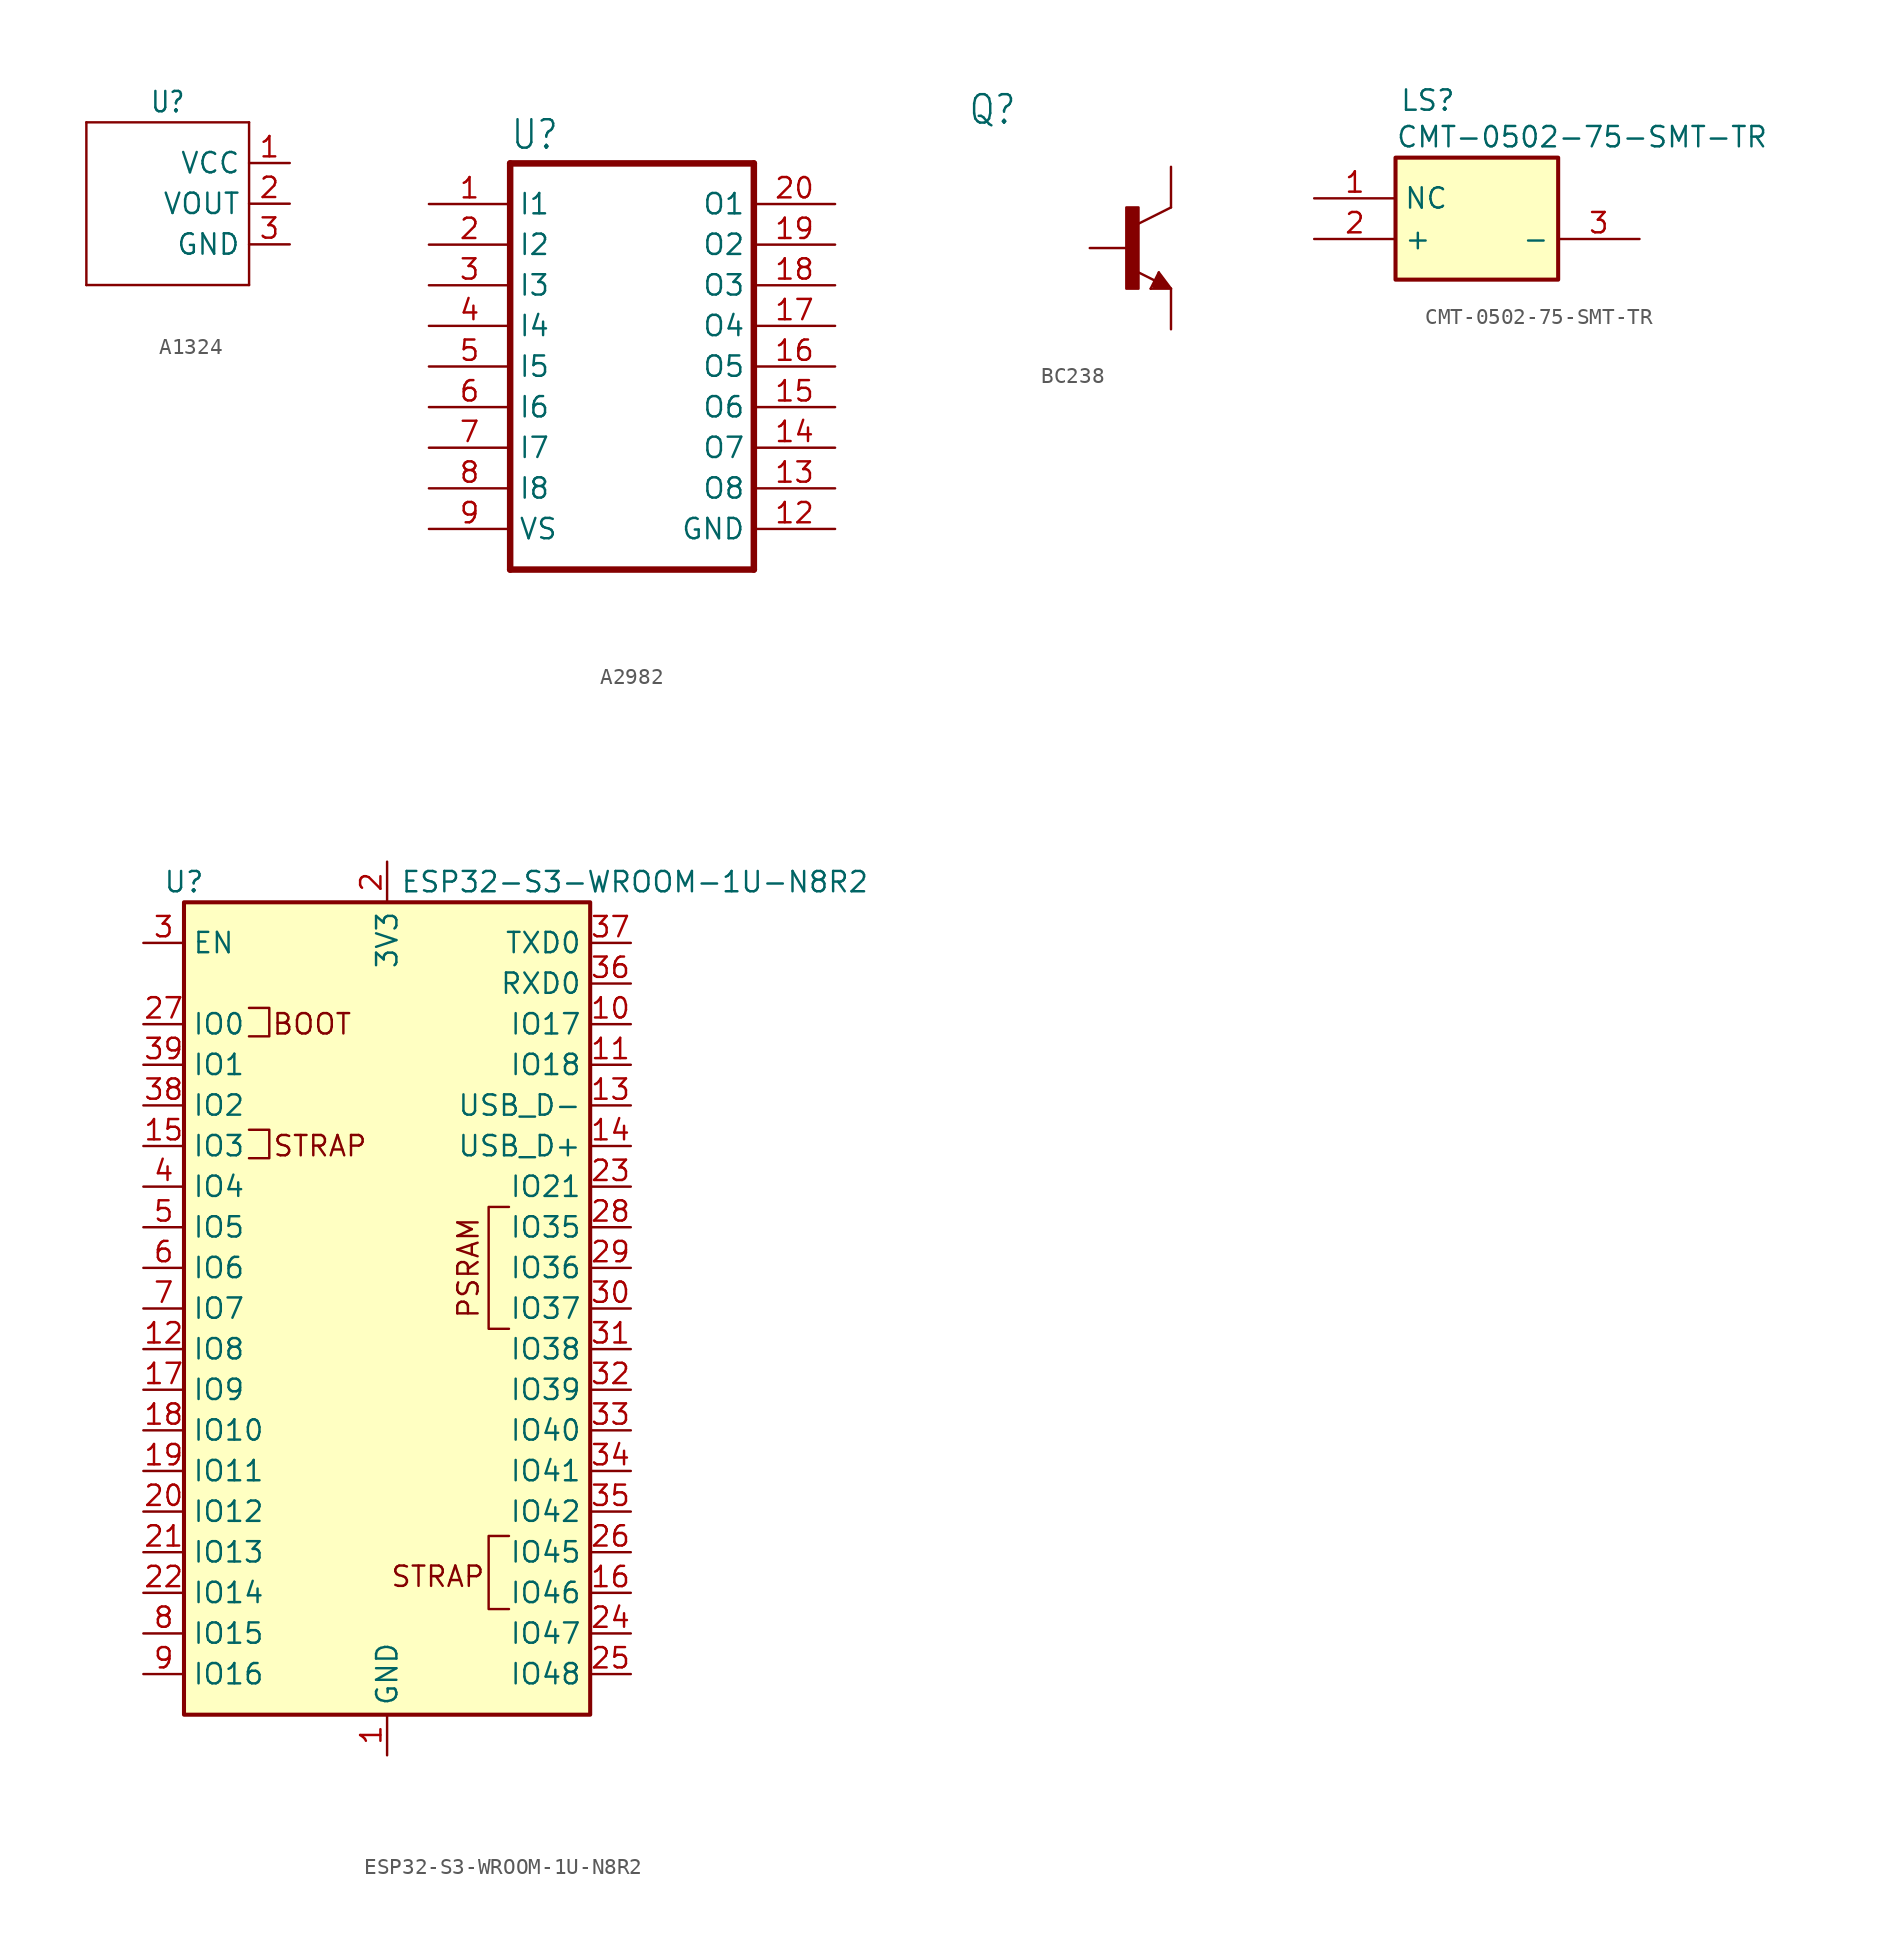
<source format=kicad_sym>
(kicad_symbol_lib
  (version 20241209)
  (generator "kicad_symbol_editor")
  (generator_version "9.0")
  (symbol "A1324"
    (property "Reference" "U"
      (at 0 6.352 0)
      (effects (font (size 1.27 1.08))))
    (property "Value" ""
      (at 0 -6.362 0)
      (effects (font (size 1.272 1.081))))
    (symbol "A1324_1_0"
      (polyline (pts (xy -5.08 5.08) (xy -5.08 -5.08)) (stroke (width 0.152) (type solid)) (fill (type none)))
      (polyline (pts (xy -5.08 -5.08) (xy 5.08 -5.08)) (stroke (width 0.152) (type solid)) (fill (type none)))
      (polyline (pts (xy 5.08 5.08) (xy -5.08 5.08)) (stroke (width 0.152) (type solid)) (fill (type none)))
      (polyline (pts (xy 5.08 -5.08) (xy 5.08 5.08)) (stroke (width 0.152) (type solid)) (fill (type none)))
      (pin power_in line (at 7.62 2.54 180) (length 2.54) (name "VCC" (effects (font (size 1.27 1.27)))) (number "1" (effects (font (size 1.27 1.27)))))
      (pin output line (at 7.62 0 180) (length 2.54) (name "VOUT" (effects (font (size 1.27 1.27)))) (number "2" (effects (font (size 1.27 1.27)))))
      (pin passive line (at 7.62 -2.54 180) (length 2.54) (name "GND" (effects (font (size 1.27 1.27)))) (number "3" (effects (font (size 1.27 1.27)))))))
  (symbol "A2982"
    (property "Reference" "U"
      (at -7.62 13.462 0)
      (effects (font (size 1.778 1.511)) (justify left bottom)))
    (property "Value" ""
      (at -7.62 -15.24 0)
      (effects (font (size 1.778 1.511)) (justify left bottom)))
    (property "ki_locked" ""
      (at 0 0 0)
      (effects (font (size 1.27 1.27))))
    (symbol "A2982_1_0"
      (polyline (pts (xy -7.62 12.7) (xy -7.62 -12.7)) (stroke (width 0.406) (type solid)) (fill (type none)))
      (polyline (pts (xy -7.62 12.7) (xy 7.62 12.7)) (stroke (width 0.406) (type solid)) (fill (type none)))
      (polyline (pts (xy 7.62 -12.7) (xy -7.62 -12.7)) (stroke (width 0.406) (type solid)) (fill (type none)))
      (polyline (pts (xy 7.62 -12.7) (xy 7.62 12.7)) (stroke (width 0.406) (type solid)) (fill (type none)))
      (pin input line (at -12.7 10.16 0) (length 5.08) (name "I1" (effects (font (size 1.27 1.27)))) (number "1" (effects (font (size 1.27 1.27)))))
      (pin input line (at -12.7 7.62 0) (length 5.08) (name "I2" (effects (font (size 1.27 1.27)))) (number "2" (effects (font (size 1.27 1.27)))))
      (pin input line (at -12.7 5.08 0) (length 5.08) (name "I3" (effects (font (size 1.27 1.27)))) (number "3" (effects (font (size 1.27 1.27)))))
      (pin input line (at -12.7 2.54 0) (length 5.08) (name "I4" (effects (font (size 1.27 1.27)))) (number "4" (effects (font (size 1.27 1.27)))))
      (pin input line (at -12.7 0 0) (length 5.08) (name "I5" (effects (font (size 1.27 1.27)))) (number "5" (effects (font (size 1.27 1.27)))))
      (pin input line (at -12.7 -2.54 0) (length 5.08) (name "I6" (effects (font (size 1.27 1.27)))) (number "6" (effects (font (size 1.27 1.27)))))
      (pin input line (at -12.7 -5.08 0) (length 5.08) (name "I7" (effects (font (size 1.27 1.27)))) (number "7" (effects (font (size 1.27 1.27)))))
      (pin input line (at -12.7 -7.62 0) (length 5.08) (name "I8" (effects (font (size 1.27 1.27)))) (number "8" (effects (font (size 1.27 1.27)))))
      (pin passive line (at -12.7 -10.16 0) (length 5.08) (name "VS" (effects (font (size 1.27 1.27)))) (number "9" (effects (font (size 1.27 1.27)))))
      (pin open_collector line (at 12.7 10.16 180) (length 5.08) (name "O1" (effects (font (size 1.27 1.27)))) (number "20" (effects (font (size 1.27 1.27)))))
      (pin open_collector line (at 12.7 7.62 180) (length 5.08) (name "O2" (effects (font (size 1.27 1.27)))) (number "19" (effects (font (size 1.27 1.27)))))
      (pin open_collector line (at 12.7 5.08 180) (length 5.08) (name "O3" (effects (font (size 1.27 1.27)))) (number "18" (effects (font (size 1.27 1.27)))))
      (pin open_collector line (at 12.7 2.54 180) (length 5.08) (name "O4" (effects (font (size 1.27 1.27)))) (number "17" (effects (font (size 1.27 1.27)))))
      (pin open_collector line (at 12.7 0 180) (length 5.08) (name "O5" (effects (font (size 1.27 1.27)))) (number "16" (effects (font (size 1.27 1.27)))))
      (pin open_collector line (at 12.7 -2.54 180) (length 5.08) (name "O6" (effects (font (size 1.27 1.27)))) (number "15" (effects (font (size 1.27 1.27)))))
      (pin open_collector line (at 12.7 -5.08 180) (length 5.08) (name "O7" (effects (font (size 1.27 1.27)))) (number "14" (effects (font (size 1.27 1.27)))))
      (pin open_collector line (at 12.7 -7.62 180) (length 5.08) (name "O8" (effects (font (size 1.27 1.27)))) (number "13" (effects (font (size 1.27 1.27)))))
      (pin power_in line (at 12.7 -10.16 180) (length 5.08) (name "GND" (effects (font (size 1.27 1.27)))) (number "12" (effects (font (size 1.27 1.27)))))))
  (symbol "BC238"
    (property "Reference" "Q"
      (at -10.16 7.62 0)
      (effects (font (size 1.778 1.511)) (justify left bottom)))
    (property "Value" ""
      (at -10.16 5.08 0)
      (effects (font (size 1.778 1.511)) (justify left bottom)))
    (property "ki_locked" ""
      (at 0 0 0)
      (effects (font (size 1.27 1.27))))
    (symbol "BC238_1_0"
      (rectangle (start -0.254 -2.54) (end 0.508 2.54) (stroke (width 0) (type default)) (fill (type outline)))
      (polyline (pts (xy 1.27 -2.54) (xy 1.778 -1.524)) (stroke (width 0.152) (type solid)) (fill (type none)))
      (polyline (pts (xy 1.524 -2.286) (xy 1.905 -2.286)) (stroke (width 0.254) (type solid)) (fill (type none)))
      (polyline (pts (xy 1.524 -2.413) (xy 2.286 -2.413)) (stroke (width 0.254) (type solid)) (fill (type none)))
      (polyline (pts (xy 1.54 -2.04) (xy 0.308 -1.424)) (stroke (width 0.152) (type solid)) (fill (type none)))
      (polyline (pts (xy 1.778 -1.524) (xy 2.54 -2.54)) (stroke (width 0.152) (type solid)) (fill (type none)))
      (polyline (pts (xy 1.778 -1.778) (xy 1.524 -2.286)) (stroke (width 0.254) (type solid)) (fill (type none)))
      (polyline (pts (xy 1.905 -2.286) (xy 1.778 -2.032)) (stroke (width 0.254) (type solid)) (fill (type none)))
      (polyline (pts (xy 2.286 -2.413) (xy 1.778 -1.778)) (stroke (width 0.254) (type solid)) (fill (type none)))
      (polyline (pts (xy 2.54 2.54) (xy 0.508 1.524)) (stroke (width 0.152) (type solid)) (fill (type none)))
      (polyline (pts (xy 2.54 -2.54) (xy 1.27 -2.54)) (stroke (width 0.152) (type solid)) (fill (type none)))
      (pin passive line (at -2.54 0 0) (length 2.54) (name "B" (effects (font (size 0 0)))) (number "2" (effects (font (size 0 0)))))
      (pin passive line (at 2.54 5.08 270) (length 2.54) (name "C" (effects (font (size 0 0)))) (number "3" (effects (font (size 0 0)))))
      (pin passive line (at 2.54 -5.08 90) (length 2.54) (name "E" (effects (font (size 0 0)))) (number "1" (effects (font (size 0 0)))))))
  (symbol "CMT-0502-75-SMT-TR"
    (property "Reference" "LS"
      (at 5.334 6.858 0)
      (effects (font (size 1.27 1.27)) (justify left top)))
    (property "Value" "CMT-0502-75-SMT-TR"
      (at 5.08 4.572 0)
      (effects (font (size 1.27 1.27)) (justify left top)))
    (symbol "CMT-0502-75-SMT-TR_1_1"
      (rectangle (start 5.08 2.54) (end 15.24 -5.08) (stroke (width 0.254) (type default)) (fill (type background)))
      (pin passive line (at 0 0 0) (length 5.08) (name "NC" (effects (font (size 1.27 1.27)))) (number "1" (effects (font (size 1.27 1.27)))))
      (pin passive line (at 0 -2.54 0) (length 5.08) (name "+" (effects (font (size 1.27 1.27)))) (number "2" (effects (font (size 1.27 1.27)))))
      (pin passive line (at 20.32 -2.54 180) (length 5.08) (name "-" (effects (font (size 1.27 1.27)))) (number "3" (effects (font (size 1.27 1.27)))))))
  (symbol "ESP32-S3-WROOM-1U-N8R2"
    (property "Reference" "U"
      (at -12.7 26.67 0)
      (effects (font (size 1.27 1.27))))
    (property "Value" "ESP32-S3-WROOM-1U-N8R2"
      (at 15.494 26.67 0)
      (effects (font (size 1.27 1.27))))
    (symbol "ESP32-S3-WROOM-1U-N8R2_0_0"
      (rectangle (start -12.7 25.4) (end 12.7 -25.4) (stroke (width 0.254) (type default)) (fill (type background)))
      (text "PSRAM" (at 5.08 2.54 900) (effects (font (size 1.27 1.27)))))
    (symbol "ESP32-S3-WROOM-1U-N8R2_0_1"
      (polyline (pts (xy -8.636 17.018) (xy -7.366 17.018) (xy -7.366 18.796) (xy -8.636 18.796)) (stroke (width 0) (type default)) (fill (type none)))
      (polyline (pts (xy -8.636 9.398) (xy -7.366 9.398) (xy -7.366 11.176) (xy -8.636 11.176)) (stroke (width 0) (type default)) (fill (type none)))
      (polyline (pts (xy 7.62 -1.27) (xy 6.35 -1.27) (xy 6.35 6.35) (xy 7.62 6.35)) (stroke (width 0) (type default)) (fill (type none)))
      (polyline (pts (xy 7.62 -18.796) (xy 6.35 -18.796) (xy 6.35 -14.224) (xy 7.62 -14.224)) (stroke (width 0) (type default)) (fill (type none))))
    (symbol "ESP32-S3-WROOM-1U-N8R2_1_1"
      (text "BOOT" (at -4.699 17.78 0) (effects (font (size 1.27 1.27))))
      (text "STRAP" (at -4.191 10.16 0) (effects (font (size 1.27 1.27))))
      (text "STRAP" (at 3.175 -16.764 0) (effects (font (size 1.27 1.27))))
      (pin input line (at -15.24 22.86 0) (length 2.54) (name "EN" (effects (font (size 1.27 1.27)))) (number "3" (effects (font (size 1.27 1.27)))))
      (pin bidirectional line (at -15.24 17.78 0) (length 2.54) (name "IO0" (effects (font (size 1.27 1.27)))) (number "27" (effects (font (size 1.27 1.27)))))
      (pin bidirectional line (at -15.24 15.24 0) (length 2.54) (name "IO1" (effects (font (size 1.27 1.27)))) (number "39" (effects (font (size 1.27 1.27)))))
      (pin bidirectional line (at -15.24 12.7 0) (length 2.54) (name "IO2" (effects (font (size 1.27 1.27)))) (number "38" (effects (font (size 1.27 1.27)))))
      (pin bidirectional line (at -15.24 10.16 0) (length 2.54) (name "IO3" (effects (font (size 1.27 1.27)))) (number "15" (effects (font (size 1.27 1.27)))))
      (pin bidirectional line (at -15.24 7.62 0) (length 2.54) (name "IO4" (effects (font (size 1.27 1.27)))) (number "4" (effects (font (size 1.27 1.27)))))
      (pin bidirectional line (at -15.24 5.08 0) (length 2.54) (name "IO5" (effects (font (size 1.27 1.27)))) (number "5" (effects (font (size 1.27 1.27)))))
      (pin bidirectional line (at -15.24 2.54 0) (length 2.54) (name "IO6" (effects (font (size 1.27 1.27)))) (number "6" (effects (font (size 1.27 1.27)))))
      (pin bidirectional line (at -15.24 0 0) (length 2.54) (name "IO7" (effects (font (size 1.27 1.27)))) (number "7" (effects (font (size 1.27 1.27)))))
      (pin bidirectional line (at -15.24 -2.54 0) (length 2.54) (name "IO8" (effects (font (size 1.27 1.27)))) (number "12" (effects (font (size 1.27 1.27)))))
      (pin bidirectional line (at -15.24 -5.08 0) (length 2.54) (name "IO9" (effects (font (size 1.27 1.27)))) (number "17" (effects (font (size 1.27 1.27)))))
      (pin bidirectional line (at -15.24 -7.62 0) (length 2.54) (name "IO10" (effects (font (size 1.27 1.27)))) (number "18" (effects (font (size 1.27 1.27)))))
      (pin bidirectional line (at -15.24 -10.16 0) (length 2.54) (name "IO11" (effects (font (size 1.27 1.27)))) (number "19" (effects (font (size 1.27 1.27)))))
      (pin bidirectional line (at -15.24 -12.7 0) (length 2.54) (name "IO12" (effects (font (size 1.27 1.27)))) (number "20" (effects (font (size 1.27 1.27)))))
      (pin bidirectional line (at -15.24 -15.24 0) (length 2.54) (name "IO13" (effects (font (size 1.27 1.27)))) (number "21" (effects (font (size 1.27 1.27)))))
      (pin bidirectional line (at -15.24 -17.78 0) (length 2.54) (name "IO14" (effects (font (size 1.27 1.27)))) (number "22" (effects (font (size 1.27 1.27)))))
      (pin bidirectional line (at -15.24 -20.32 0) (length 2.54) (name "IO15" (effects (font (size 1.27 1.27)))) (number "8" (effects (font (size 1.27 1.27)))))
      (pin bidirectional line (at -15.24 -22.86 0) (length 2.54) (name "IO16" (effects (font (size 1.27 1.27)))) (number "9" (effects (font (size 1.27 1.27)))))
      (pin power_in line (at 0 27.94 270) (length 2.54) (name "3V3" (effects (font (size 1.27 1.27)))) (number "2" (effects (font (size 1.27 1.27)))))
      (pin power_in line (at 0 -27.94 90) (length 2.54) (name "GND" (effects (font (size 1.27 1.27)))) (number "1" (effects (font (size 1.27 1.27)))))
      (pin passive line (at 0 -27.94 90) (length 2.54) (hide yes) (name "GND" (effects (font (size 1.27 1.27)))) (number "40" (effects (font (size 1.27 1.27)))))
      (pin passive line (at 0 -27.94 90) (length 2.54) (hide yes) (name "GND" (effects (font (size 1.27 1.27)))) (number "41" (effects (font (size 1.27 1.27)))))
      (pin bidirectional line (at 15.24 22.86 180) (length 2.54) (name "TXD0" (effects (font (size 1.27 1.27)))) (number "37" (effects (font (size 1.27 1.27)))))
      (pin bidirectional line (at 15.24 20.32 180) (length 2.54) (name "RXD0" (effects (font (size 1.27 1.27)))) (number "36" (effects (font (size 1.27 1.27)))))
      (pin bidirectional line (at 15.24 17.78 180) (length 2.54) (name "IO17" (effects (font (size 1.27 1.27)))) (number "10" (effects (font (size 1.27 1.27)))))
      (pin bidirectional line (at 15.24 15.24 180) (length 2.54) (name "IO18" (effects (font (size 1.27 1.27)))) (number "11" (effects (font (size 1.27 1.27)))))
      (pin bidirectional line (at 15.24 12.7 180) (length 2.54) (name "USB_D-" (effects (font (size 1.27 1.27)))) (number "13" (effects (font (size 1.27 1.27)))) (alternate "IO19" bidirectional line))
      (pin bidirectional line (at 15.24 10.16 180) (length 2.54) (name "USB_D+" (effects (font (size 1.27 1.27)))) (number "14" (effects (font (size 1.27 1.27)))) (alternate "IO20" bidirectional line))
      (pin bidirectional line (at 15.24 7.62 180) (length 2.54) (name "IO21" (effects (font (size 1.27 1.27)))) (number "23" (effects (font (size 1.27 1.27)))))
      (pin bidirectional line (at 15.24 5.08 180) (length 2.54) (name "IO35" (effects (font (size 1.27 1.27)))) (number "28" (effects (font (size 1.27 1.27)))))
      (pin bidirectional line (at 15.24 2.54 180) (length 2.54) (name "IO36" (effects (font (size 1.27 1.27)))) (number "29" (effects (font (size 1.27 1.27)))))
      (pin bidirectional line (at 15.24 0 180) (length 2.54) (name "IO37" (effects (font (size 1.27 1.27)))) (number "30" (effects (font (size 1.27 1.27)))))
      (pin bidirectional line (at 15.24 -2.54 180) (length 2.54) (name "IO38" (effects (font (size 1.27 1.27)))) (number "31" (effects (font (size 1.27 1.27)))))
      (pin bidirectional line (at 15.24 -5.08 180) (length 2.54) (name "IO39" (effects (font (size 1.27 1.27)))) (number "32" (effects (font (size 1.27 1.27)))))
      (pin bidirectional line (at 15.24 -7.62 180) (length 2.54) (name "IO40" (effects (font (size 1.27 1.27)))) (number "33" (effects (font (size 1.27 1.27)))))
      (pin bidirectional line (at 15.24 -10.16 180) (length 2.54) (name "IO41" (effects (font (size 1.27 1.27)))) (number "34" (effects (font (size 1.27 1.27)))))
      (pin bidirectional line (at 15.24 -12.7 180) (length 2.54) (name "IO42" (effects (font (size 1.27 1.27)))) (number "35" (effects (font (size 1.27 1.27)))))
      (pin bidirectional line (at 15.24 -15.24 180) (length 2.54) (name "IO45" (effects (font (size 1.27 1.27)))) (number "26" (effects (font (size 1.27 1.27)))))
      (pin bidirectional line (at 15.24 -17.78 180) (length 2.54) (name "IO46" (effects (font (size 1.27 1.27)))) (number "16" (effects (font (size 1.27 1.27)))))
      (pin bidirectional line (at 15.24 -20.32 180) (length 2.54) (name "IO47" (effects (font (size 1.27 1.27)))) (number "24" (effects (font (size 1.27 1.27)))))
      (pin bidirectional line (at 15.24 -22.86 180) (length 2.54) (name "IO48" (effects (font (size 1.27 1.27)))) (number "25" (effects (font (size 1.27 1.27))))))))
</source>
